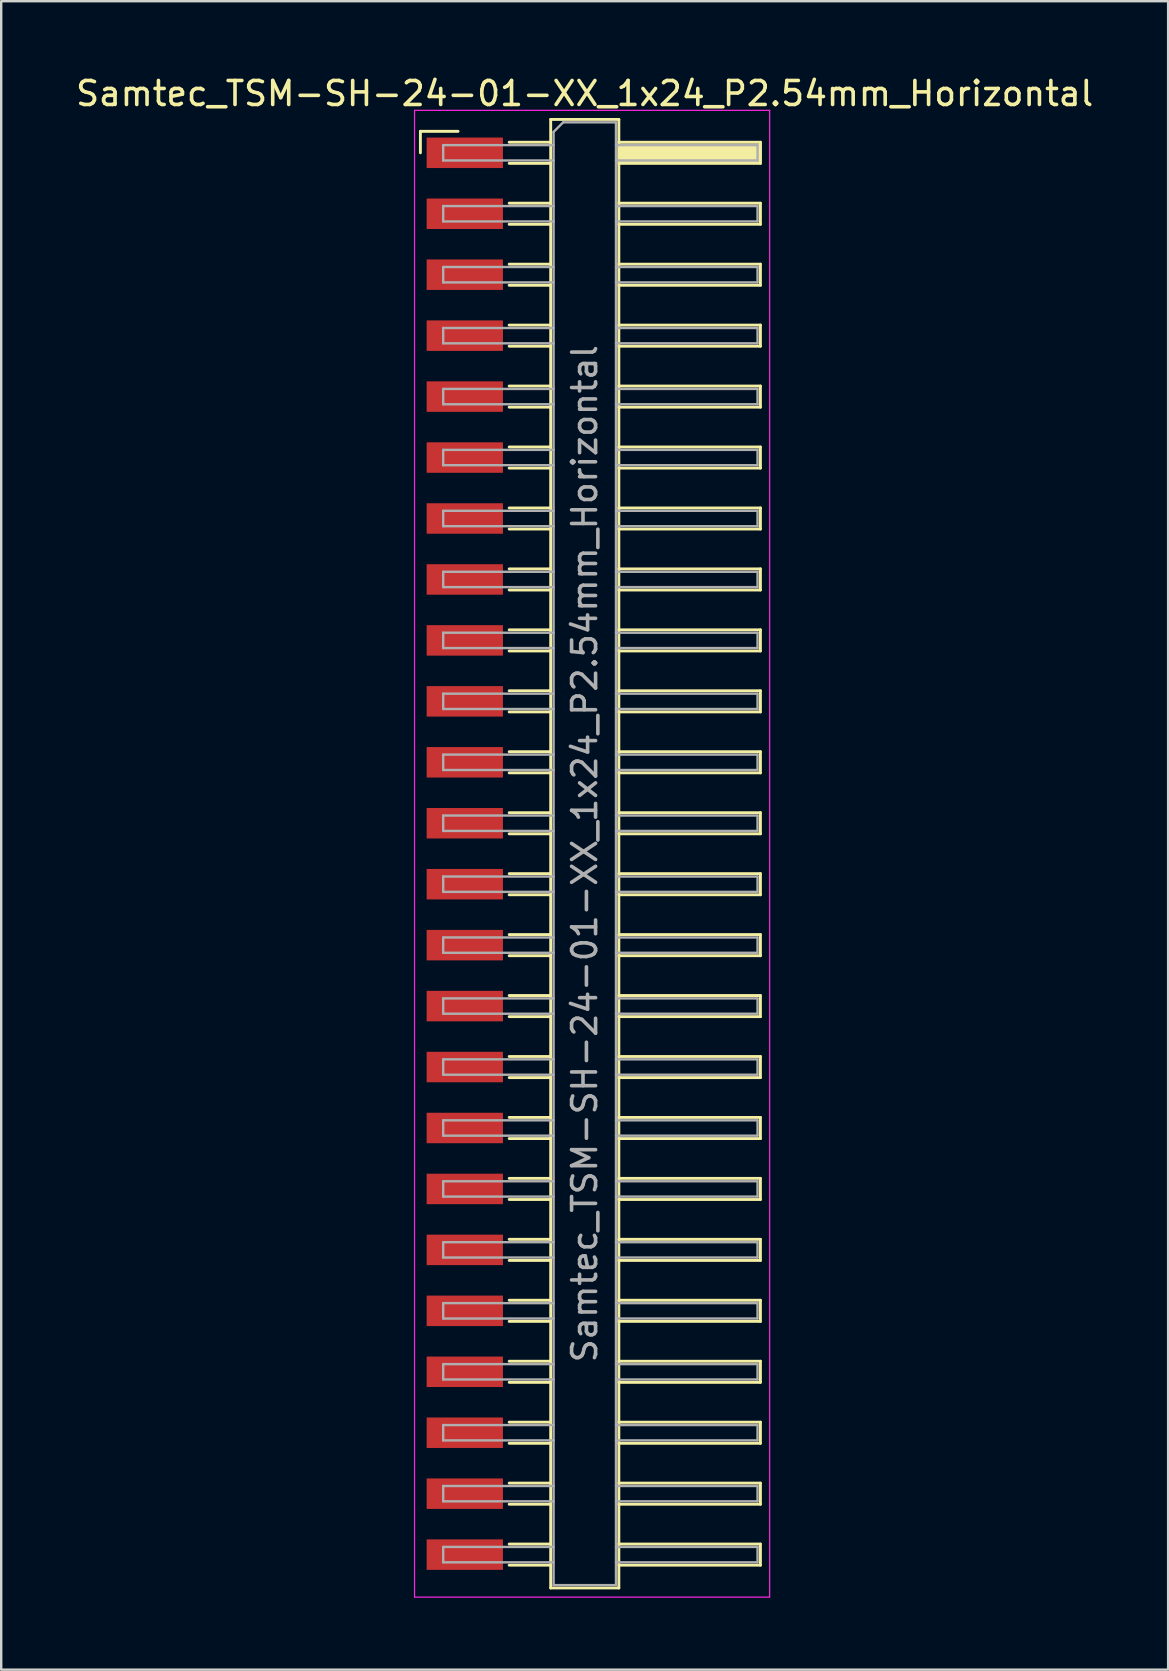
<source format=kicad_pcb>
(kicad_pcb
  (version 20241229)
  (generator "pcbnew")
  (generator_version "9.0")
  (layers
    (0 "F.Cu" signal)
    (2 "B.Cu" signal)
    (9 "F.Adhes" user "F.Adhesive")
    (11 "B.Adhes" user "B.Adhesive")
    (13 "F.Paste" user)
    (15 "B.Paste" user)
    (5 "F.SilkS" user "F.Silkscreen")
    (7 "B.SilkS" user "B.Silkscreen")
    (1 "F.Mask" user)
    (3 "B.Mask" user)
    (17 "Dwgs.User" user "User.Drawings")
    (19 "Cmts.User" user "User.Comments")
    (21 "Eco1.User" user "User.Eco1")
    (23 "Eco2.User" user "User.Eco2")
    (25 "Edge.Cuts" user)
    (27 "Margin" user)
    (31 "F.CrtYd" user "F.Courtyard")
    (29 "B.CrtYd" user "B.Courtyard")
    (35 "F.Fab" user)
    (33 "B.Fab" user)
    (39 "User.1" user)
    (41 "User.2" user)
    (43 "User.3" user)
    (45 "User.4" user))
  (footprint "Samtec_TSM-SH-24-01-XX_1x24_P2.54mm_Horizontal"
    (layer "F.Cu")
    (at 21.505 32.528)
    (property "Reference" "Samtec_TSM-SH-24-01-XX_1x24_P2.54mm_Horizontal" (at -0.19 -31.68 0) (layer "F.SilkS") (effects (font (size 1 1) (thickness 0.15))))
    (attr smd)
    (fp_line (start -7.035 -30.105) (end -5.465 -30.105) (stroke (width 0.12) (type solid)) (layer "F.SilkS"))
    (fp_line (start -7.035 -29.21) (end -7.035 -30.105) (stroke (width 0.12) (type solid)) (layer "F.SilkS"))
    (fp_line (start -3.335 -29.65) (end -1.605 -29.65) (stroke (width 0.12) (type solid)) (layer "F.SilkS"))
    (fp_line (start -3.335 -28.77) (end -1.605 -28.77) (stroke (width 0.12) (type solid)) (layer "F.SilkS"))
    (fp_line (start -3.335 -27.11) (end -1.605 -27.11) (stroke (width 0.12) (type solid)) (layer "F.SilkS"))
    (fp_line (start -3.335 -26.23) (end -1.605 -26.23) (stroke (width 0.12) (type solid)) (layer "F.SilkS"))
    (fp_line (start -3.335 -24.57) (end -1.605 -24.57) (stroke (width 0.12) (type solid)) (layer "F.SilkS"))
    (fp_line (start -3.335 -23.69) (end -1.605 -23.69) (stroke (width 0.12) (type solid)) (layer "F.SilkS"))
    (fp_line (start -3.335 -22.03) (end -1.605 -22.03) (stroke (width 0.12) (type solid)) (layer "F.SilkS"))
    (fp_line (start -3.335 -21.15) (end -1.605 -21.15) (stroke (width 0.12) (type solid)) (layer "F.SilkS"))
    (fp_line (start -3.335 -19.49) (end -1.605 -19.49) (stroke (width 0.12) (type solid)) (layer "F.SilkS"))
    (fp_line (start -3.335 -18.61) (end -1.605 -18.61) (stroke (width 0.12) (type solid)) (layer "F.SilkS"))
    (fp_line (start -3.335 -16.95) (end -1.605 -16.95) (stroke (width 0.12) (type solid)) (layer "F.SilkS"))
    (fp_line (start -3.335 -16.07) (end -1.605 -16.07) (stroke (width 0.12) (type solid)) (layer "F.SilkS"))
    (fp_line (start -3.335 -14.41) (end -1.605 -14.41) (stroke (width 0.12) (type solid)) (layer "F.SilkS"))
    (fp_line (start -3.335 -13.53) (end -1.605 -13.53) (stroke (width 0.12) (type solid)) (layer "F.SilkS"))
    (fp_line (start -3.335 -11.87) (end -1.605 -11.87) (stroke (width 0.12) (type solid)) (layer "F.SilkS"))
    (fp_line (start -3.335 -10.99) (end -1.605 -10.99) (stroke (width 0.12) (type solid)) (layer "F.SilkS"))
    (fp_line (start -3.335 -9.33) (end -1.605 -9.33) (stroke (width 0.12) (type solid)) (layer "F.SilkS"))
    (fp_line (start -3.335 -8.45) (end -1.605 -8.45) (stroke (width 0.12) (type solid)) (layer "F.SilkS"))
    (fp_line (start -3.335 -6.79) (end -1.605 -6.79) (stroke (width 0.12) (type solid)) (layer "F.SilkS"))
    (fp_line (start -3.335 -5.91) (end -1.605 -5.91) (stroke (width 0.12) (type solid)) (layer "F.SilkS"))
    (fp_line (start -3.335 -4.25) (end -1.605 -4.25) (stroke (width 0.12) (type solid)) (layer "F.SilkS"))
    (fp_line (start -3.335 -3.37) (end -1.605 -3.37) (stroke (width 0.12) (type solid)) (layer "F.SilkS"))
    (fp_line (start -3.335 -1.71) (end -1.605 -1.71) (stroke (width 0.12) (type solid)) (layer "F.SilkS"))
    (fp_line (start -3.335 -0.83) (end -1.605 -0.83) (stroke (width 0.12) (type solid)) (layer "F.SilkS"))
    (fp_line (start -3.335 0.83) (end -1.605 0.83) (stroke (width 0.12) (type solid)) (layer "F.SilkS"))
    (fp_line (start -3.335 1.71) (end -1.605 1.71) (stroke (width 0.12) (type solid)) (layer "F.SilkS"))
    (fp_line (start -3.335 3.37) (end -1.605 3.37) (stroke (width 0.12) (type solid)) (layer "F.SilkS"))
    (fp_line (start -3.335 4.25) (end -1.605 4.25) (stroke (width 0.12) (type solid)) (layer "F.SilkS"))
    (fp_line (start -3.335 5.91) (end -1.605 5.91) (stroke (width 0.12) (type solid)) (layer "F.SilkS"))
    (fp_line (start -3.335 6.79) (end -1.605 6.79) (stroke (width 0.12) (type solid)) (layer "F.SilkS"))
    (fp_line (start -3.335 8.45) (end -1.605 8.45) (stroke (width 0.12) (type solid)) (layer "F.SilkS"))
    (fp_line (start -3.335 9.33) (end -1.605 9.33) (stroke (width 0.12) (type solid)) (layer "F.SilkS"))
    (fp_line (start -3.335 10.99) (end -1.605 10.99) (stroke (width 0.12) (type solid)) (layer "F.SilkS"))
    (fp_line (start -3.335 11.87) (end -1.605 11.87) (stroke (width 0.12) (type solid)) (layer "F.SilkS"))
    (fp_line (start -3.335 13.53) (end -1.605 13.53) (stroke (width 0.12) (type solid)) (layer "F.SilkS"))
    (fp_line (start -3.335 14.41) (end -1.605 14.41) (stroke (width 0.12) (type solid)) (layer "F.SilkS"))
    (fp_line (start -3.335 16.07) (end -1.605 16.07) (stroke (width 0.12) (type solid)) (layer "F.SilkS"))
    (fp_line (start -3.335 16.95) (end -1.605 16.95) (stroke (width 0.12) (type solid)) (layer "F.SilkS"))
    (fp_line (start -3.335 18.61) (end -1.605 18.61) (stroke (width 0.12) (type solid)) (layer "F.SilkS"))
    (fp_line (start -3.335 19.49) (end -1.605 19.49) (stroke (width 0.12) (type solid)) (layer "F.SilkS"))
    (fp_line (start -3.335 21.15) (end -1.605 21.15) (stroke (width 0.12) (type solid)) (layer "F.SilkS"))
    (fp_line (start -3.335 22.03) (end -1.605 22.03) (stroke (width 0.12) (type solid)) (layer "F.SilkS"))
    (fp_line (start -3.335 23.69) (end -1.605 23.69) (stroke (width 0.12) (type solid)) (layer "F.SilkS"))
    (fp_line (start -3.335 24.57) (end -1.605 24.57) (stroke (width 0.12) (type solid)) (layer "F.SilkS"))
    (fp_line (start -3.335 26.23) (end -1.605 26.23) (stroke (width 0.12) (type solid)) (layer "F.SilkS"))
    (fp_line (start -3.335 27.11) (end -1.605 27.11) (stroke (width 0.12) (type solid)) (layer "F.SilkS"))
    (fp_line (start -3.335 28.77) (end -1.605 28.77) (stroke (width 0.12) (type solid)) (layer "F.SilkS"))
    (fp_line (start -3.335 29.65) (end -1.605 29.65) (stroke (width 0.12) (type solid)) (layer "F.SilkS"))
    (fp_line (start -1.605 -30.6) (end 1.235 -30.6) (stroke (width 0.12) (type solid)) (layer "F.SilkS"))
    (fp_line (start -1.605 30.6) (end -1.605 -30.6) (stroke (width 0.12) (type solid)) (layer "F.SilkS"))
    (fp_line (start 1.235 -30.6) (end 1.235 30.6) (stroke (width 0.12) (type solid)) (layer "F.SilkS"))
    (fp_line (start 1.235 -29.65) (end 7.135 -29.65) (stroke (width 0.12) (type solid)) (layer "F.SilkS"))
    (fp_line (start 1.235 -27.11) (end 7.135 -27.11) (stroke (width 0.12) (type solid)) (layer "F.SilkS"))
    (fp_line (start 1.235 -24.57) (end 7.135 -24.57) (stroke (width 0.12) (type solid)) (layer "F.SilkS"))
    (fp_line (start 1.235 -22.03) (end 7.135 -22.03) (stroke (width 0.12) (type solid)) (layer "F.SilkS"))
    (fp_line (start 1.235 -19.49) (end 7.135 -19.49) (stroke (width 0.12) (type solid)) (layer "F.SilkS"))
    (fp_line (start 1.235 -16.95) (end 7.135 -16.95) (stroke (width 0.12) (type solid)) (layer "F.SilkS"))
    (fp_line (start 1.235 -14.41) (end 7.135 -14.41) (stroke (width 0.12) (type solid)) (layer "F.SilkS"))
    (fp_line (start 1.235 -11.87) (end 7.135 -11.87) (stroke (width 0.12) (type solid)) (layer "F.SilkS"))
    (fp_line (start 1.235 -9.33) (end 7.135 -9.33) (stroke (width 0.12) (type solid)) (layer "F.SilkS"))
    (fp_line (start 1.235 -6.79) (end 7.135 -6.79) (stroke (width 0.12) (type solid)) (layer "F.SilkS"))
    (fp_line (start 1.235 -4.25) (end 7.135 -4.25) (stroke (width 0.12) (type solid)) (layer "F.SilkS"))
    (fp_line (start 1.235 -1.71) (end 7.135 -1.71) (stroke (width 0.12) (type solid)) (layer "F.SilkS"))
    (fp_line (start 1.235 0.83) (end 7.135 0.83) (stroke (width 0.12) (type solid)) (layer "F.SilkS"))
    (fp_line (start 1.235 3.37) (end 7.135 3.37) (stroke (width 0.12) (type solid)) (layer "F.SilkS"))
    (fp_line (start 1.235 5.91) (end 7.135 5.91) (stroke (width 0.12) (type solid)) (layer "F.SilkS"))
    (fp_line (start 1.235 8.45) (end 7.135 8.45) (stroke (width 0.12) (type solid)) (layer "F.SilkS"))
    (fp_line (start 1.235 10.99) (end 7.135 10.99) (stroke (width 0.12) (type solid)) (layer "F.SilkS"))
    (fp_line (start 1.235 13.53) (end 7.135 13.53) (stroke (width 0.12) (type solid)) (layer "F.SilkS"))
    (fp_line (start 1.235 16.07) (end 7.135 16.07) (stroke (width 0.12) (type solid)) (layer "F.SilkS"))
    (fp_line (start 1.235 18.61) (end 7.135 18.61) (stroke (width 0.12) (type solid)) (layer "F.SilkS"))
    (fp_line (start 1.235 21.15) (end 7.135 21.15) (stroke (width 0.12) (type solid)) (layer "F.SilkS"))
    (fp_line (start 1.235 23.69) (end 7.135 23.69) (stroke (width 0.12) (type solid)) (layer "F.SilkS"))
    (fp_line (start 1.235 26.23) (end 7.135 26.23) (stroke (width 0.12) (type solid)) (layer "F.SilkS"))
    (fp_line (start 1.235 28.77) (end 7.135 28.77) (stroke (width 0.12) (type solid)) (layer "F.SilkS"))
    (fp_line (start 1.235 30.6) (end -1.605 30.6) (stroke (width 0.12) (type solid)) (layer "F.SilkS"))
    (fp_line (start 7.135 -29.65) (end 7.135 -28.77) (stroke (width 0.12) (type solid)) (layer "F.SilkS"))
    (fp_line (start 7.135 -28.77) (end 1.235 -28.77) (stroke (width 0.12) (type solid)) (layer "F.SilkS"))
    (fp_line (start 7.135 -27.11) (end 7.135 -26.23) (stroke (width 0.12) (type solid)) (layer "F.SilkS"))
    (fp_line (start 7.135 -26.23) (end 1.235 -26.23) (stroke (width 0.12) (type solid)) (layer "F.SilkS"))
    (fp_line (start 7.135 -24.57) (end 7.135 -23.69) (stroke (width 0.12) (type solid)) (layer "F.SilkS"))
    (fp_line (start 7.135 -23.69) (end 1.235 -23.69) (stroke (width 0.12) (type solid)) (layer "F.SilkS"))
    (fp_line (start 7.135 -22.03) (end 7.135 -21.15) (stroke (width 0.12) (type solid)) (layer "F.SilkS"))
    (fp_line (start 7.135 -21.15) (end 1.235 -21.15) (stroke (width 0.12) (type solid)) (layer "F.SilkS"))
    (fp_line (start 7.135 -19.49) (end 7.135 -18.61) (stroke (width 0.12) (type solid)) (layer "F.SilkS"))
    (fp_line (start 7.135 -18.61) (end 1.235 -18.61) (stroke (width 0.12) (type solid)) (layer "F.SilkS"))
    (fp_line (start 7.135 -16.95) (end 7.135 -16.07) (stroke (width 0.12) (type solid)) (layer "F.SilkS"))
    (fp_line (start 7.135 -16.07) (end 1.235 -16.07) (stroke (width 0.12) (type solid)) (layer "F.SilkS"))
    (fp_line (start 7.135 -14.41) (end 7.135 -13.53) (stroke (width 0.12) (type solid)) (layer "F.SilkS"))
    (fp_line (start 7.135 -13.53) (end 1.235 -13.53) (stroke (width 0.12) (type solid)) (layer "F.SilkS"))
    (fp_line (start 7.135 -11.87) (end 7.135 -10.99) (stroke (width 0.12) (type solid)) (layer "F.SilkS"))
    (fp_line (start 7.135 -10.99) (end 1.235 -10.99) (stroke (width 0.12) (type solid)) (layer "F.SilkS"))
    (fp_line (start 7.135 -9.33) (end 7.135 -8.45) (stroke (width 0.12) (type solid)) (layer "F.SilkS"))
    (fp_line (start 7.135 -8.45) (end 1.235 -8.45) (stroke (width 0.12) (type solid)) (layer "F.SilkS"))
    (fp_line (start 7.135 -6.79) (end 7.135 -5.91) (stroke (width 0.12) (type solid)) (layer "F.SilkS"))
    (fp_line (start 7.135 -5.91) (end 1.235 -5.91) (stroke (width 0.12) (type solid)) (layer "F.SilkS"))
    (fp_line (start 7.135 -4.25) (end 7.135 -3.37) (stroke (width 0.12) (type solid)) (layer "F.SilkS"))
    (fp_line (start 7.135 -3.37) (end 1.235 -3.37) (stroke (width 0.12) (type solid)) (layer "F.SilkS"))
    (fp_line (start 7.135 -1.71) (end 7.135 -0.83) (stroke (width 0.12) (type solid)) (layer "F.SilkS"))
    (fp_line (start 7.135 -0.83) (end 1.235 -0.83) (stroke (width 0.12) (type solid)) (layer "F.SilkS"))
    (fp_line (start 7.135 0.83) (end 7.135 1.71) (stroke (width 0.12) (type solid)) (layer "F.SilkS"))
    (fp_line (start 7.135 1.71) (end 1.235 1.71) (stroke (width 0.12) (type solid)) (layer "F.SilkS"))
    (fp_line (start 7.135 3.37) (end 7.135 4.25) (stroke (width 0.12) (type solid)) (layer "F.SilkS"))
    (fp_line (start 7.135 4.25) (end 1.235 4.25) (stroke (width 0.12) (type solid)) (layer "F.SilkS"))
    (fp_line (start 7.135 5.91) (end 7.135 6.79) (stroke (width 0.12) (type solid)) (layer "F.SilkS"))
    (fp_line (start 7.135 6.79) (end 1.235 6.79) (stroke (width 0.12) (type solid)) (layer "F.SilkS"))
    (fp_line (start 7.135 8.45) (end 7.135 9.33) (stroke (width 0.12) (type solid)) (layer "F.SilkS"))
    (fp_line (start 7.135 9.33) (end 1.235 9.33) (stroke (width 0.12) (type solid)) (layer "F.SilkS"))
    (fp_line (start 7.135 10.99) (end 7.135 11.87) (stroke (width 0.12) (type solid)) (layer "F.SilkS"))
    (fp_line (start 7.135 11.87) (end 1.235 11.87) (stroke (width 0.12) (type solid)) (layer "F.SilkS"))
    (fp_line (start 7.135 13.53) (end 7.135 14.41) (stroke (width 0.12) (type solid)) (layer "F.SilkS"))
    (fp_line (start 7.135 14.41) (end 1.235 14.41) (stroke (width 0.12) (type solid)) (layer "F.SilkS"))
    (fp_line (start 7.135 16.07) (end 7.135 16.95) (stroke (width 0.12) (type solid)) (layer "F.SilkS"))
    (fp_line (start 7.135 16.95) (end 1.235 16.95) (stroke (width 0.12) (type solid)) (layer "F.SilkS"))
    (fp_line (start 7.135 18.61) (end 7.135 19.49) (stroke (width 0.12) (type solid)) (layer "F.SilkS"))
    (fp_line (start 7.135 19.49) (end 1.235 19.49) (stroke (width 0.12) (type solid)) (layer "F.SilkS"))
    (fp_line (start 7.135 21.15) (end 7.135 22.03) (stroke (width 0.12) (type solid)) (layer "F.SilkS"))
    (fp_line (start 7.135 22.03) (end 1.235 22.03) (stroke (width 0.12) (type solid)) (layer "F.SilkS"))
    (fp_line (start 7.135 23.69) (end 7.135 24.57) (stroke (width 0.12) (type solid)) (layer "F.SilkS"))
    (fp_line (start 7.135 24.57) (end 1.235 24.57) (stroke (width 0.12) (type solid)) (layer "F.SilkS"))
    (fp_line (start 7.135 26.23) (end 7.135 27.11) (stroke (width 0.12) (type solid)) (layer "F.SilkS"))
    (fp_line (start 7.135 27.11) (end 1.235 27.11) (stroke (width 0.12) (type solid)) (layer "F.SilkS"))
    (fp_line (start 7.135 28.77) (end 7.135 29.65) (stroke (width 0.12) (type solid)) (layer "F.SilkS"))
    (fp_line (start 7.135 29.65) (end 1.235 29.65) (stroke (width 0.12) (type solid)) (layer "F.SilkS"))
    (fp_line (start -7.28 -30.98) (end 7.52 -30.98) (stroke (width 0.05) (type solid)) (layer "F.CrtYd"))
    (fp_line (start -7.28 30.98) (end -7.28 -30.98) (stroke (width 0.05) (type solid)) (layer "F.CrtYd"))
    (fp_line (start 7.52 -30.98) (end 7.52 30.98) (stroke (width 0.05) (type solid)) (layer "F.CrtYd"))
    (fp_line (start 7.52 30.98) (end -7.28 30.98) (stroke (width 0.05) (type solid)) (layer "F.CrtYd"))
    (fp_line (start -6.085 -29.53) (end -6.085 -28.89) (stroke (width 0.1) (type solid)) (layer "F.Fab"))
    (fp_line (start -6.085 -28.89) (end -1.485 -28.89) (stroke (width 0.1) (type solid)) (layer "F.Fab"))
    (fp_line (start -6.085 -26.99) (end -6.085 -26.35) (stroke (width 0.1) (type solid)) (layer "F.Fab"))
    (fp_line (start -6.085 -26.35) (end -1.485 -26.35) (stroke (width 0.1) (type solid)) (layer "F.Fab"))
    (fp_line (start -6.085 -24.45) (end -6.085 -23.81) (stroke (width 0.1) (type solid)) (layer "F.Fab"))
    (fp_line (start -6.085 -23.81) (end -1.485 -23.81) (stroke (width 0.1) (type solid)) (layer "F.Fab"))
    (fp_line (start -6.085 -21.91) (end -6.085 -21.27) (stroke (width 0.1) (type solid)) (layer "F.Fab"))
    (fp_line (start -6.085 -21.27) (end -1.485 -21.27) (stroke (width 0.1) (type solid)) (layer "F.Fab"))
    (fp_line (start -6.085 -19.37) (end -6.085 -18.73) (stroke (width 0.1) (type solid)) (layer "F.Fab"))
    (fp_line (start -6.085 -18.73) (end -1.485 -18.73) (stroke (width 0.1) (type solid)) (layer "F.Fab"))
    (fp_line (start -6.085 -16.83) (end -6.085 -16.19) (stroke (width 0.1) (type solid)) (layer "F.Fab"))
    (fp_line (start -6.085 -16.19) (end -1.485 -16.19) (stroke (width 0.1) (type solid)) (layer "F.Fab"))
    (fp_line (start -6.085 -14.29) (end -6.085 -13.65) (stroke (width 0.1) (type solid)) (layer "F.Fab"))
    (fp_line (start -6.085 -13.65) (end -1.485 -13.65) (stroke (width 0.1) (type solid)) (layer "F.Fab"))
    (fp_line (start -6.085 -11.75) (end -6.085 -11.11) (stroke (width 0.1) (type solid)) (layer "F.Fab"))
    (fp_line (start -6.085 -11.11) (end -1.485 -11.11) (stroke (width 0.1) (type solid)) (layer "F.Fab"))
    (fp_line (start -6.085 -9.21) (end -6.085 -8.57) (stroke (width 0.1) (type solid)) (layer "F.Fab"))
    (fp_line (start -6.085 -8.57) (end -1.485 -8.57) (stroke (width 0.1) (type solid)) (layer "F.Fab"))
    (fp_line (start -6.085 -6.67) (end -6.085 -6.03) (stroke (width 0.1) (type solid)) (layer "F.Fab"))
    (fp_line (start -6.085 -6.03) (end -1.485 -6.03) (stroke (width 0.1) (type solid)) (layer "F.Fab"))
    (fp_line (start -6.085 -4.13) (end -6.085 -3.49) (stroke (width 0.1) (type solid)) (layer "F.Fab"))
    (fp_line (start -6.085 -3.49) (end -1.485 -3.49) (stroke (width 0.1) (type solid)) (layer "F.Fab"))
    (fp_line (start -6.085 -1.59) (end -6.085 -0.95) (stroke (width 0.1) (type solid)) (layer "F.Fab"))
    (fp_line (start -6.085 -0.95) (end -1.485 -0.95) (stroke (width 0.1) (type solid)) (layer "F.Fab"))
    (fp_line (start -6.085 0.95) (end -6.085 1.59) (stroke (width 0.1) (type solid)) (layer "F.Fab"))
    (fp_line (start -6.085 1.59) (end -1.485 1.59) (stroke (width 0.1) (type solid)) (layer "F.Fab"))
    (fp_line (start -6.085 3.49) (end -6.085 4.13) (stroke (width 0.1) (type solid)) (layer "F.Fab"))
    (fp_line (start -6.085 4.13) (end -1.485 4.13) (stroke (width 0.1) (type solid)) (layer "F.Fab"))
    (fp_line (start -6.085 6.03) (end -6.085 6.67) (stroke (width 0.1) (type solid)) (layer "F.Fab"))
    (fp_line (start -6.085 6.67) (end -1.485 6.67) (stroke (width 0.1) (type solid)) (layer "F.Fab"))
    (fp_line (start -6.085 8.57) (end -6.085 9.21) (stroke (width 0.1) (type solid)) (layer "F.Fab"))
    (fp_line (start -6.085 9.21) (end -1.485 9.21) (stroke (width 0.1) (type solid)) (layer "F.Fab"))
    (fp_line (start -6.085 11.11) (end -6.085 11.75) (stroke (width 0.1) (type solid)) (layer "F.Fab"))
    (fp_line (start -6.085 11.75) (end -1.485 11.75) (stroke (width 0.1) (type solid)) (layer "F.Fab"))
    (fp_line (start -6.085 13.65) (end -6.085 14.29) (stroke (width 0.1) (type solid)) (layer "F.Fab"))
    (fp_line (start -6.085 14.29) (end -1.485 14.29) (stroke (width 0.1) (type solid)) (layer "F.Fab"))
    (fp_line (start -6.085 16.19) (end -6.085 16.83) (stroke (width 0.1) (type solid)) (layer "F.Fab"))
    (fp_line (start -6.085 16.83) (end -1.485 16.83) (stroke (width 0.1) (type solid)) (layer "F.Fab"))
    (fp_line (start -6.085 18.73) (end -6.085 19.37) (stroke (width 0.1) (type solid)) (layer "F.Fab"))
    (fp_line (start -6.085 19.37) (end -1.485 19.37) (stroke (width 0.1) (type solid)) (layer "F.Fab"))
    (fp_line (start -6.085 21.27) (end -6.085 21.91) (stroke (width 0.1) (type solid)) (layer "F.Fab"))
    (fp_line (start -6.085 21.91) (end -1.485 21.91) (stroke (width 0.1) (type solid)) (layer "F.Fab"))
    (fp_line (start -6.085 23.81) (end -6.085 24.45) (stroke (width 0.1) (type solid)) (layer "F.Fab"))
    (fp_line (start -6.085 24.45) (end -1.485 24.45) (stroke (width 0.1) (type solid)) (layer "F.Fab"))
    (fp_line (start -6.085 26.35) (end -6.085 26.99) (stroke (width 0.1) (type solid)) (layer "F.Fab"))
    (fp_line (start -6.085 26.99) (end -1.485 26.99) (stroke (width 0.1) (type solid)) (layer "F.Fab"))
    (fp_line (start -6.085 28.89) (end -6.085 29.53) (stroke (width 0.1) (type solid)) (layer "F.Fab"))
    (fp_line (start -6.085 29.53) (end -1.485 29.53) (stroke (width 0.1) (type solid)) (layer "F.Fab"))
    (fp_line (start -1.485 -30.08) (end -1.085 -30.48) (stroke (width 0.1) (type solid)) (layer "F.Fab"))
    (fp_line (start -1.485 -29.53) (end -6.085 -29.53) (stroke (width 0.1) (type solid)) (layer "F.Fab"))
    (fp_line (start -1.485 -26.99) (end -6.085 -26.99) (stroke (width 0.1) (type solid)) (layer "F.Fab"))
    (fp_line (start -1.485 -24.45) (end -6.085 -24.45) (stroke (width 0.1) (type solid)) (layer "F.Fab"))
    (fp_line (start -1.485 -21.91) (end -6.085 -21.91) (stroke (width 0.1) (type solid)) (layer "F.Fab"))
    (fp_line (start -1.485 -19.37) (end -6.085 -19.37) (stroke (width 0.1) (type solid)) (layer "F.Fab"))
    (fp_line (start -1.485 -16.83) (end -6.085 -16.83) (stroke (width 0.1) (type solid)) (layer "F.Fab"))
    (fp_line (start -1.485 -14.29) (end -6.085 -14.29) (stroke (width 0.1) (type solid)) (layer "F.Fab"))
    (fp_line (start -1.485 -11.75) (end -6.085 -11.75) (stroke (width 0.1) (type solid)) (layer "F.Fab"))
    (fp_line (start -1.485 -9.21) (end -6.085 -9.21) (stroke (width 0.1) (type solid)) (layer "F.Fab"))
    (fp_line (start -1.485 -6.67) (end -6.085 -6.67) (stroke (width 0.1) (type solid)) (layer "F.Fab"))
    (fp_line (start -1.485 -4.13) (end -6.085 -4.13) (stroke (width 0.1) (type solid)) (layer "F.Fab"))
    (fp_line (start -1.485 -1.59) (end -6.085 -1.59) (stroke (width 0.1) (type solid)) (layer "F.Fab"))
    (fp_line (start -1.485 0.95) (end -6.085 0.95) (stroke (width 0.1) (type solid)) (layer "F.Fab"))
    (fp_line (start -1.485 3.49) (end -6.085 3.49) (stroke (width 0.1) (type solid)) (layer "F.Fab"))
    (fp_line (start -1.485 6.03) (end -6.085 6.03) (stroke (width 0.1) (type solid)) (layer "F.Fab"))
    (fp_line (start -1.485 8.57) (end -6.085 8.57) (stroke (width 0.1) (type solid)) (layer "F.Fab"))
    (fp_line (start -1.485 11.11) (end -6.085 11.11) (stroke (width 0.1) (type solid)) (layer "F.Fab"))
    (fp_line (start -1.485 13.65) (end -6.085 13.65) (stroke (width 0.1) (type solid)) (layer "F.Fab"))
    (fp_line (start -1.485 16.19) (end -6.085 16.19) (stroke (width 0.1) (type solid)) (layer "F.Fab"))
    (fp_line (start -1.485 18.73) (end -6.085 18.73) (stroke (width 0.1) (type solid)) (layer "F.Fab"))
    (fp_line (start -1.485 21.27) (end -6.085 21.27) (stroke (width 0.1) (type solid)) (layer "F.Fab"))
    (fp_line (start -1.485 23.81) (end -6.085 23.81) (stroke (width 0.1) (type solid)) (layer "F.Fab"))
    (fp_line (start -1.485 26.35) (end -6.085 26.35) (stroke (width 0.1) (type solid)) (layer "F.Fab"))
    (fp_line (start -1.485 28.89) (end -6.085 28.89) (stroke (width 0.1) (type solid)) (layer "F.Fab"))
    (fp_line (start -1.485 30.48) (end -1.485 -30.08) (stroke (width 0.1) (type solid)) (layer "F.Fab"))
    (fp_line (start -1.085 -30.48) (end 1.115 -30.48) (stroke (width 0.1) (type solid)) (layer "F.Fab"))
    (fp_line (start 1.115 -30.48) (end 1.115 30.48) (stroke (width 0.1) (type solid)) (layer "F.Fab"))
    (fp_line (start 1.115 -29.53) (end 7.015 -29.53) (stroke (width 0.1) (type solid)) (layer "F.Fab"))
    (fp_line (start 1.115 -26.99) (end 7.015 -26.99) (stroke (width 0.1) (type solid)) (layer "F.Fab"))
    (fp_line (start 1.115 -24.45) (end 7.015 -24.45) (stroke (width 0.1) (type solid)) (layer "F.Fab"))
    (fp_line (start 1.115 -21.91) (end 7.015 -21.91) (stroke (width 0.1) (type solid)) (layer "F.Fab"))
    (fp_line (start 1.115 -19.37) (end 7.015 -19.37) (stroke (width 0.1) (type solid)) (layer "F.Fab"))
    (fp_line (start 1.115 -16.83) (end 7.015 -16.83) (stroke (width 0.1) (type solid)) (layer "F.Fab"))
    (fp_line (start 1.115 -14.29) (end 7.015 -14.29) (stroke (width 0.1) (type solid)) (layer "F.Fab"))
    (fp_line (start 1.115 -11.75) (end 7.015 -11.75) (stroke (width 0.1) (type solid)) (layer "F.Fab"))
    (fp_line (start 1.115 -9.21) (end 7.015 -9.21) (stroke (width 0.1) (type solid)) (layer "F.Fab"))
    (fp_line (start 1.115 -6.67) (end 7.015 -6.67) (stroke (width 0.1) (type solid)) (layer "F.Fab"))
    (fp_line (start 1.115 -4.13) (end 7.015 -4.13) (stroke (width 0.1) (type solid)) (layer "F.Fab"))
    (fp_line (start 1.115 -1.59) (end 7.015 -1.59) (stroke (width 0.1) (type solid)) (layer "F.Fab"))
    (fp_line (start 1.115 0.95) (end 7.015 0.95) (stroke (width 0.1) (type solid)) (layer "F.Fab"))
    (fp_line (start 1.115 3.49) (end 7.015 3.49) (stroke (width 0.1) (type solid)) (layer "F.Fab"))
    (fp_line (start 1.115 6.03) (end 7.015 6.03) (stroke (width 0.1) (type solid)) (layer "F.Fab"))
    (fp_line (start 1.115 8.57) (end 7.015 8.57) (stroke (width 0.1) (type solid)) (layer "F.Fab"))
    (fp_line (start 1.115 11.11) (end 7.015 11.11) (stroke (width 0.1) (type solid)) (layer "F.Fab"))
    (fp_line (start 1.115 13.65) (end 7.015 13.65) (stroke (width 0.1) (type solid)) (layer "F.Fab"))
    (fp_line (start 1.115 16.19) (end 7.015 16.19) (stroke (width 0.1) (type solid)) (layer "F.Fab"))
    (fp_line (start 1.115 18.73) (end 7.015 18.73) (stroke (width 0.1) (type solid)) (layer "F.Fab"))
    (fp_line (start 1.115 21.27) (end 7.015 21.27) (stroke (width 0.1) (type solid)) (layer "F.Fab"))
    (fp_line (start 1.115 23.81) (end 7.015 23.81) (stroke (width 0.1) (type solid)) (layer "F.Fab"))
    (fp_line (start 1.115 26.35) (end 7.015 26.35) (stroke (width 0.1) (type solid)) (layer "F.Fab"))
    (fp_line (start 1.115 28.89) (end 7.015 28.89) (stroke (width 0.1) (type solid)) (layer "F.Fab"))
    (fp_line (start 1.115 30.48) (end -1.485 30.48) (stroke (width 0.1) (type solid)) (layer "F.Fab"))
    (fp_line (start 7.015 -29.53) (end 7.015 -28.89) (stroke (width 0.1) (type solid)) (layer "F.Fab"))
    (fp_line (start 7.015 -28.89) (end 1.115 -28.89) (stroke (width 0.1) (type solid)) (layer "F.Fab"))
    (fp_line (start 7.015 -26.99) (end 7.015 -26.35) (stroke (width 0.1) (type solid)) (layer "F.Fab"))
    (fp_line (start 7.015 -26.35) (end 1.115 -26.35) (stroke (width 0.1) (type solid)) (layer "F.Fab"))
    (fp_line (start 7.015 -24.45) (end 7.015 -23.81) (stroke (width 0.1) (type solid)) (layer "F.Fab"))
    (fp_line (start 7.015 -23.81) (end 1.115 -23.81) (stroke (width 0.1) (type solid)) (layer "F.Fab"))
    (fp_line (start 7.015 -21.91) (end 7.015 -21.27) (stroke (width 0.1) (type solid)) (layer "F.Fab"))
    (fp_line (start 7.015 -21.27) (end 1.115 -21.27) (stroke (width 0.1) (type solid)) (layer "F.Fab"))
    (fp_line (start 7.015 -19.37) (end 7.015 -18.73) (stroke (width 0.1) (type solid)) (layer "F.Fab"))
    (fp_line (start 7.015 -18.73) (end 1.115 -18.73) (stroke (width 0.1) (type solid)) (layer "F.Fab"))
    (fp_line (start 7.015 -16.83) (end 7.015 -16.19) (stroke (width 0.1) (type solid)) (layer "F.Fab"))
    (fp_line (start 7.015 -16.19) (end 1.115 -16.19) (stroke (width 0.1) (type solid)) (layer "F.Fab"))
    (fp_line (start 7.015 -14.29) (end 7.015 -13.65) (stroke (width 0.1) (type solid)) (layer "F.Fab"))
    (fp_line (start 7.015 -13.65) (end 1.115 -13.65) (stroke (width 0.1) (type solid)) (layer "F.Fab"))
    (fp_line (start 7.015 -11.75) (end 7.015 -11.11) (stroke (width 0.1) (type solid)) (layer "F.Fab"))
    (fp_line (start 7.015 -11.11) (end 1.115 -11.11) (stroke (width 0.1) (type solid)) (layer "F.Fab"))
    (fp_line (start 7.015 -9.21) (end 7.015 -8.57) (stroke (width 0.1) (type solid)) (layer "F.Fab"))
    (fp_line (start 7.015 -8.57) (end 1.115 -8.57) (stroke (width 0.1) (type solid)) (layer "F.Fab"))
    (fp_line (start 7.015 -6.67) (end 7.015 -6.03) (stroke (width 0.1) (type solid)) (layer "F.Fab"))
    (fp_line (start 7.015 -6.03) (end 1.115 -6.03) (stroke (width 0.1) (type solid)) (layer "F.Fab"))
    (fp_line (start 7.015 -4.13) (end 7.015 -3.49) (stroke (width 0.1) (type solid)) (layer "F.Fab"))
    (fp_line (start 7.015 -3.49) (end 1.115 -3.49) (stroke (width 0.1) (type solid)) (layer "F.Fab"))
    (fp_line (start 7.015 -1.59) (end 7.015 -0.95) (stroke (width 0.1) (type solid)) (layer "F.Fab"))
    (fp_line (start 7.015 -0.95) (end 1.115 -0.95) (stroke (width 0.1) (type solid)) (layer "F.Fab"))
    (fp_line (start 7.015 0.95) (end 7.015 1.59) (stroke (width 0.1) (type solid)) (layer "F.Fab"))
    (fp_line (start 7.015 1.59) (end 1.115 1.59) (stroke (width 0.1) (type solid)) (layer "F.Fab"))
    (fp_line (start 7.015 3.49) (end 7.015 4.13) (stroke (width 0.1) (type solid)) (layer "F.Fab"))
    (fp_line (start 7.015 4.13) (end 1.115 4.13) (stroke (width 0.1) (type solid)) (layer "F.Fab"))
    (fp_line (start 7.015 6.03) (end 7.015 6.67) (stroke (width 0.1) (type solid)) (layer "F.Fab"))
    (fp_line (start 7.015 6.67) (end 1.115 6.67) (stroke (width 0.1) (type solid)) (layer "F.Fab"))
    (fp_line (start 7.015 8.57) (end 7.015 9.21) (stroke (width 0.1) (type solid)) (layer "F.Fab"))
    (fp_line (start 7.015 9.21) (end 1.115 9.21) (stroke (width 0.1) (type solid)) (layer "F.Fab"))
    (fp_line (start 7.015 11.11) (end 7.015 11.75) (stroke (width 0.1) (type solid)) (layer "F.Fab"))
    (fp_line (start 7.015 11.75) (end 1.115 11.75) (stroke (width 0.1) (type solid)) (layer "F.Fab"))
    (fp_line (start 7.015 13.65) (end 7.015 14.29) (stroke (width 0.1) (type solid)) (layer "F.Fab"))
    (fp_line (start 7.015 14.29) (end 1.115 14.29) (stroke (width 0.1) (type solid)) (layer "F.Fab"))
    (fp_line (start 7.015 16.19) (end 7.015 16.83) (stroke (width 0.1) (type solid)) (layer "F.Fab"))
    (fp_line (start 7.015 16.83) (end 1.115 16.83) (stroke (width 0.1) (type solid)) (layer "F.Fab"))
    (fp_line (start 7.015 18.73) (end 7.015 19.37) (stroke (width 0.1) (type solid)) (layer "F.Fab"))
    (fp_line (start 7.015 19.37) (end 1.115 19.37) (stroke (width 0.1) (type solid)) (layer "F.Fab"))
    (fp_line (start 7.015 21.27) (end 7.015 21.91) (stroke (width 0.1) (type solid)) (layer "F.Fab"))
    (fp_line (start 7.015 21.91) (end 1.115 21.91) (stroke (width 0.1) (type solid)) (layer "F.Fab"))
    (fp_line (start 7.015 23.81) (end 7.015 24.45) (stroke (width 0.1) (type solid)) (layer "F.Fab"))
    (fp_line (start 7.015 24.45) (end 1.115 24.45) (stroke (width 0.1) (type solid)) (layer "F.Fab"))
    (fp_line (start 7.015 26.35) (end 7.015 26.99) (stroke (width 0.1) (type solid)) (layer "F.Fab"))
    (fp_line (start 7.015 26.99) (end 1.115 26.99) (stroke (width 0.1) (type solid)) (layer "F.Fab"))
    (fp_line (start 7.015 28.89) (end 7.015 29.53) (stroke (width 0.1) (type solid)) (layer "F.Fab"))
    (fp_line (start 7.015 29.53) (end 1.115 29.53) (stroke (width 0.1) (type solid)) (layer "F.Fab"))
    (fp_text user "${REFERENCE}" (at -0.19 0 90) (layer "F.Fab") (effects (font (size 1 1) (thickness 0.15))))
    (pad "" smd rect (at 4.185 -29.21) (size 6 0.76) (layers "F.SilkS"))
    (pad "1" smd rect (at -5.185 -29.21) (size 3.18 1.27) (layers "F.Cu" "F.Mask" "F.Paste"))
    (pad "2" smd rect (at -5.185 -26.67) (size 3.18 1.27) (layers "F.Cu" "F.Mask" "F.Paste"))
    (pad "3" smd rect (at -5.185 -24.13) (size 3.18 1.27) (layers "F.Cu" "F.Mask" "F.Paste"))
    (pad "4" smd rect (at -5.185 -21.59) (size 3.18 1.27) (layers "F.Cu" "F.Mask" "F.Paste"))
    (pad "5" smd rect (at -5.185 -19.05) (size 3.18 1.27) (layers "F.Cu" "F.Mask" "F.Paste"))
    (pad "6" smd rect (at -5.185 -16.51) (size 3.18 1.27) (layers "F.Cu" "F.Mask" "F.Paste"))
    (pad "7" smd rect (at -5.185 -13.97) (size 3.18 1.27) (layers "F.Cu" "F.Mask" "F.Paste"))
    (pad "8" smd rect (at -5.185 -11.43) (size 3.18 1.27) (layers "F.Cu" "F.Mask" "F.Paste"))
    (pad "9" smd rect (at -5.185 -8.89) (size 3.18 1.27) (layers "F.Cu" "F.Mask" "F.Paste"))
    (pad "10" smd rect (at -5.185 -6.35) (size 3.18 1.27) (layers "F.Cu" "F.Mask" "F.Paste"))
    (pad "11" smd rect (at -5.185 -3.81) (size 3.18 1.27) (layers "F.Cu" "F.Mask" "F.Paste"))
    (pad "12" smd rect (at -5.185 -1.27) (size 3.18 1.27) (layers "F.Cu" "F.Mask" "F.Paste"))
    (pad "13" smd rect (at -5.185 1.27) (size 3.18 1.27) (layers "F.Cu" "F.Mask" "F.Paste"))
    (pad "14" smd rect (at -5.185 3.81) (size 3.18 1.27) (layers "F.Cu" "F.Mask" "F.Paste"))
    (pad "15" smd rect (at -5.185 6.35) (size 3.18 1.27) (layers "F.Cu" "F.Mask" "F.Paste"))
    (pad "16" smd rect (at -5.185 8.89) (size 3.18 1.27) (layers "F.Cu" "F.Mask" "F.Paste"))
    (pad "17" smd rect (at -5.185 11.43) (size 3.18 1.27) (layers "F.Cu" "F.Mask" "F.Paste"))
    (pad "18" smd rect (at -5.185 13.97) (size 3.18 1.27) (layers "F.Cu" "F.Mask" "F.Paste"))
    (pad "19" smd rect (at -5.185 16.51) (size 3.18 1.27) (layers "F.Cu" "F.Mask" "F.Paste"))
    (pad "20" smd rect (at -5.185 19.05) (size 3.18 1.27) (layers "F.Cu" "F.Mask" "F.Paste"))
    (pad "21" smd rect (at -5.185 21.59) (size 3.18 1.27) (layers "F.Cu" "F.Mask" "F.Paste"))
    (pad "22" smd rect (at -5.185 24.13) (size 3.18 1.27) (layers "F.Cu" "F.Mask" "F.Paste"))
    (pad "23" smd rect (at -5.185 26.67) (size 3.18 1.27) (layers "F.Cu" "F.Mask" "F.Paste"))
    (pad "24" smd rect (at -5.185 29.21) (size 3.18 1.27) (layers "F.Cu" "F.Mask" "F.Paste")))
  (gr_rect
    (start -3 -3)
    (end 45.631 66.533)
    (stroke (width 0.1) (type default))
    (fill no)
    (layer "Edge.Cuts")))
</source>
